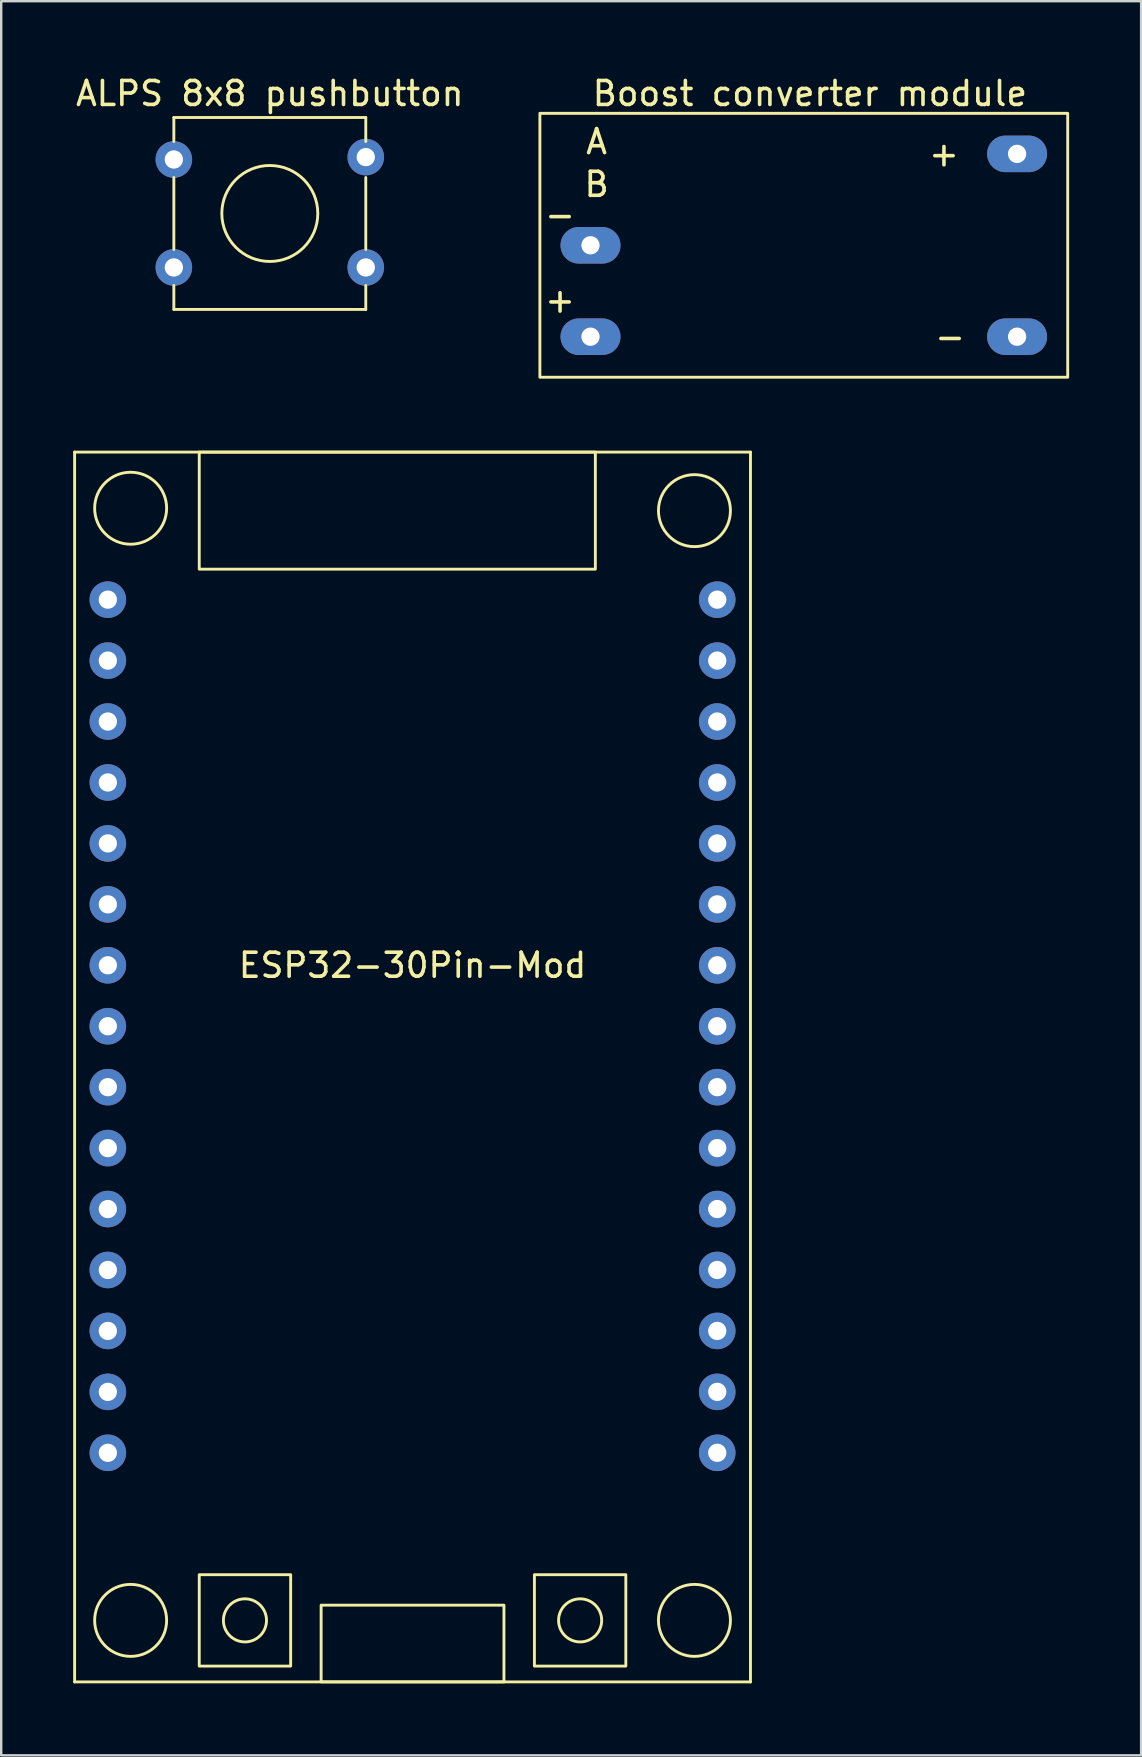
<source format=kicad_pcb>
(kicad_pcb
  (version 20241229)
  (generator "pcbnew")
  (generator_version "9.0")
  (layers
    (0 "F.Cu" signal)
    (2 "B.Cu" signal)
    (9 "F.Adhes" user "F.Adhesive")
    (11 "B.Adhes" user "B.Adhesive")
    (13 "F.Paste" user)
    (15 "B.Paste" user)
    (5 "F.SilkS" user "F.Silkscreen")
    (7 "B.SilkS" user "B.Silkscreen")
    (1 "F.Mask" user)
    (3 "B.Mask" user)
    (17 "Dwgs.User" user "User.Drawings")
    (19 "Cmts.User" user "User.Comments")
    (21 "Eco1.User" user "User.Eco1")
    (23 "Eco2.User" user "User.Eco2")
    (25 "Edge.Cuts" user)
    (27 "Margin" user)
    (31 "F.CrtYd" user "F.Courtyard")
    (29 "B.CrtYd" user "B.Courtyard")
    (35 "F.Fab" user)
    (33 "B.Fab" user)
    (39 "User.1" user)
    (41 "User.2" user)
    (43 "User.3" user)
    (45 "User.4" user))
  (footprint "Boost converter module"
    (layer "F.Cu")
    (at 30.453 7.174)
    (property "Reference" "Boost converter module" (at 0.254 -6.326 0) (unlocked yes) (layer "F.SilkS") (effects (font (size 1 1) (thickness 0.15))))
    (attr through_hole)
    (fp_rect (start -11 -5.5) (end 11 5.5) (stroke (width 0.12) (type solid)) (fill no) (layer "F.SilkS"))
    (fp_text user "B" (at -8.636 -2.54 0) (unlocked yes) (layer "F.SilkS") (effects (font (size 1 1) (thickness 0.15))))
    (fp_text user "-" (at -10.16 -1.27 0) (unlocked yes) (layer "F.SilkS") (effects (font (size 1 1) (thickness 0.15))))
    (fp_text user "A" (at -8.636 -4.318 0) (unlocked yes) (layer "F.SilkS") (effects (font (size 1 1) (thickness 0.15))))
    (fp_text user "+" (at 5.842 -3.81 0) (unlocked yes) (layer "F.SilkS") (effects (font (size 1 1) (thickness 0.15))))
    (fp_text user "-" (at 6.096 3.81 0) (unlocked yes) (layer "F.SilkS") (effects (font (size 1 1) (thickness 0.15))))
    (fp_text user "+" (at -10.16 2.286 0) (unlocked yes) (layer "F.SilkS") (effects (font (size 1 1) (thickness 0.15))))
    (pad "1" thru_hole oval (at -8.89 0) (size 2.5 1.524) (drill 0.762) (layers "*.Cu" "*.Mask"))
    (pad "2" thru_hole oval (at -8.89 3.81) (size 2.5 1.524) (drill 0.762) (layers "*.Cu" "*.Mask"))
    (pad "3" thru_hole oval (at 8.89 -3.81) (size 2.5 1.524) (drill 0.762) (layers "*.Cu" "*.Mask"))
    (pad "4" thru_hole oval (at 8.89 3.81) (size 2.5 1.524) (drill 0.762) (layers "*.Cu" "*.Mask")))
  (footprint "ESP32-30Pin-Mod"
    (layer "F.Cu")
    (at 14.145 39.724)
    (property "Reference" "ESP32-30Pin-Mod" (at 0 -2.54 0) (unlocked yes) (layer "F.SilkS") (effects (font (size 1 1) (thickness 0.15))))
    (attr through_hole)
    (fp_line (start -14.085 -23.93) (end -14.085 27.33) (stroke (width 0.12) (type solid)) (layer "F.SilkS"))
    (fp_line (start -14.085 27.33) (end 14.085 27.33) (stroke (width 0.12) (type solid)) (layer "F.SilkS"))
    (fp_line (start 14.085 -23.93) (end -14.085 -23.93) (stroke (width 0.12) (type solid)) (layer "F.SilkS"))
    (fp_line (start 14.085 -23.93) (end 14.085 27.33) (stroke (width 0.12) (type solid)) (layer "F.SilkS"))
    (fp_rect (start -8.89 -23.93) (end 7.62 -19.05) (stroke (width 0.12) (type solid)) (fill no) (layer "F.SilkS"))
    (fp_rect (start -8.89 22.86) (end -5.08 26.67) (stroke (width 0.12) (type solid)) (fill no) (layer "F.SilkS"))
    (fp_rect (start -3.81 27.33) (end 3.81 24.13) (stroke (width 0.12) (type solid)) (fill no) (layer "F.SilkS"))
    (fp_rect (start 5.08 22.86) (end 8.89 26.67) (stroke (width 0.12) (type solid)) (fill no) (layer "F.SilkS"))
    (fp_circle (center -11.75 -21.59) (end -10.25 -21.59) (stroke (width 0.12) (type solid)) (fill no) (layer "F.SilkS"))
    (fp_circle (center -11.75 24.765) (end -10.25 24.765) (stroke (width 0.12) (type solid)) (fill no) (layer "F.SilkS"))
    (fp_circle (center -6.985 24.765) (end -6.35 25.4) (stroke (width 0.12) (type solid)) (fill no) (layer "F.SilkS"))
    (fp_circle (center 6.985 24.765) (end 7.62 25.4) (stroke (width 0.12) (type solid)) (fill no) (layer "F.SilkS"))
    (fp_circle (center 11.75 -21.49) (end 13.25 -21.49) (stroke (width 0.12) (type solid)) (fill no) (layer "F.SilkS"))
    (fp_circle (center 11.75 24.765) (end 13.25 24.765) (stroke (width 0.12) (type solid)) (fill no) (layer "F.SilkS"))
    (pad "1" thru_hole circle (at -12.7 -17.78) (size 1.524 1.524) (drill 0.762) (layers "*.Cu" "*.Mask"))
    (pad "2" thru_hole circle (at -12.7 -15.24) (size 1.524 1.524) (drill 0.762) (layers "*.Cu" "*.Mask"))
    (pad "3" thru_hole circle (at -12.7 -12.7) (size 1.524 1.524) (drill 0.762) (layers "*.Cu" "*.Mask"))
    (pad "4" thru_hole circle (at -12.7 -10.16) (size 1.524 1.524) (drill 0.762) (layers "*.Cu" "*.Mask"))
    (pad "5" thru_hole circle (at -12.7 -7.62) (size 1.524 1.524) (drill 0.762) (layers "*.Cu" "*.Mask"))
    (pad "6" thru_hole circle (at -12.7 -5.08) (size 1.524 1.524) (drill 0.762) (layers "*.Cu" "*.Mask"))
    (pad "7" thru_hole circle (at -12.7 -2.54) (size 1.524 1.524) (drill 0.762) (layers "*.Cu" "*.Mask"))
    (pad "8" thru_hole circle (at -12.7 0) (size 1.524 1.524) (drill 0.762) (layers "*.Cu" "*.Mask"))
    (pad "9" thru_hole circle (at -12.7 2.54) (size 1.524 1.524) (drill 0.762) (layers "*.Cu" "*.Mask"))
    (pad "10" thru_hole circle (at -12.7 5.08) (size 1.524 1.524) (drill 0.762) (layers "*.Cu" "*.Mask"))
    (pad "11" thru_hole circle (at -12.7 7.62) (size 1.524 1.524) (drill 0.762) (layers "*.Cu" "*.Mask"))
    (pad "12" thru_hole circle (at -12.7 10.16) (size 1.524 1.524) (drill 0.762) (layers "*.Cu" "*.Mask"))
    (pad "13" thru_hole circle (at -12.7 12.7) (size 1.524 1.524) (drill 0.762) (layers "*.Cu" "*.Mask"))
    (pad "14" thru_hole circle (at -12.7 15.24) (size 1.524 1.524) (drill 0.762) (layers "*.Cu" "*.Mask"))
    (pad "15" thru_hole circle (at -12.7 17.78) (size 1.524 1.524) (drill 0.762) (layers "*.Cu" "*.Mask"))
    (pad "16" thru_hole circle (at 12.7 17.78) (size 1.524 1.524) (drill 0.762) (layers "*.Cu" "*.Mask"))
    (pad "17" thru_hole circle (at 12.7 15.24) (size 1.524 1.524) (drill 0.762) (layers "*.Cu" "*.Mask"))
    (pad "18" thru_hole circle (at 12.7 12.7) (size 1.524 1.524) (drill 0.762) (layers "*.Cu" "*.Mask"))
    (pad "19" thru_hole circle (at 12.7 10.16) (size 1.524 1.524) (drill 0.762) (layers "*.Cu" "*.Mask"))
    (pad "20" thru_hole circle (at 12.7 7.62) (size 1.524 1.524) (drill 0.762) (layers "*.Cu" "*.Mask"))
    (pad "21" thru_hole circle (at 12.7 5.08) (size 1.524 1.524) (drill 0.762) (layers "*.Cu" "*.Mask"))
    (pad "22" thru_hole circle (at 12.7 2.54) (size 1.524 1.524) (drill 0.762) (layers "*.Cu" "*.Mask"))
    (pad "23" thru_hole circle (at 12.7 0) (size 1.524 1.524) (drill 0.762) (layers "*.Cu" "*.Mask"))
    (pad "24" thru_hole circle (at 12.7 -2.54) (size 1.524 1.524) (drill 0.762) (layers "*.Cu" "*.Mask"))
    (pad "25" thru_hole circle (at 12.7 -5.08) (size 1.524 1.524) (drill 0.762) (layers "*.Cu" "*.Mask"))
    (pad "26" thru_hole circle (at 12.7 -7.62) (size 1.524 1.524) (drill 0.762) (layers "*.Cu" "*.Mask"))
    (pad "27" thru_hole circle (at 12.7 -10.16) (size 1.524 1.524) (drill 0.762) (layers "*.Cu" "*.Mask"))
    (pad "28" thru_hole circle (at 12.7 -12.7) (size 1.524 1.524) (drill 0.762) (layers "*.Cu" "*.Mask"))
    (pad "29" thru_hole circle (at 12.7 -15.24) (size 1.524 1.524) (drill 0.762) (layers "*.Cu" "*.Mask"))
    (pad "30" thru_hole circle (at 12.7 -17.78) (size 1.524 1.524) (drill 0.762) (layers "*.Cu" "*.Mask")))
  (footprint "ALPS 8x8 pushbutton"
    (layer "F.Cu")
    (at 8.196 5.848)
    (property "Reference" "ALPS 8x8 pushbutton" (at 0 -5 0) (unlocked yes) (layer "F.SilkS") (effects (font (size 1 1) (thickness 0.15))))
    (attr through_hole)
    (fp_line (start -4 -4) (end -4 -3) (stroke (width 0.12) (type solid)) (layer "F.SilkS"))
    (fp_line (start -4 -4) (end 4 -4) (stroke (width 0.12) (type solid)) (layer "F.SilkS"))
    (fp_line (start -4 -1.5) (end -4 1.5) (stroke (width 0.12) (type solid)) (layer "F.SilkS"))
    (fp_line (start -4 3) (end -4 4) (stroke (width 0.12) (type solid)) (layer "F.SilkS"))
    (fp_line (start 4 -4) (end 4 -3) (stroke (width 0.12) (type solid)) (layer "F.SilkS"))
    (fp_line (start 4 -1.5) (end 4 1.5) (stroke (width 0.12) (type solid)) (layer "F.SilkS"))
    (fp_line (start 4 3) (end 4 4) (stroke (width 0.12) (type solid)) (layer "F.SilkS"))
    (fp_line (start 4 4) (end -4 4) (stroke (width 0.12) (type solid)) (layer "F.SilkS"))
    (fp_circle (center 0 0) (end 2 0) (stroke (width 0.12) (type solid)) (fill no) (layer "F.SilkS"))
    (pad "1" thru_hole circle (at -4 -2.25) (size 1.524 1.524) (drill 0.762) (layers "*.Cu" "*.Mask"))
    (pad "2" thru_hole circle (at -4 2.25) (size 1.524 1.524) (drill 0.762) (layers "*.Cu" "*.Mask"))
    (pad "3" thru_hole circle (at 4 -2.35) (size 1.524 1.524) (drill 0.762) (layers "*.Cu" "*.Mask"))
    (pad "4" thru_hole circle (at 4 2.25) (size 1.524 1.524) (drill 0.762) (layers "*.Cu" "*.Mask")))
  (gr_rect
    (start -3 -3)
    (end 44.513 70.114)
    (stroke (width 0.1) (type default))
    (fill no)
    (layer "Edge.Cuts")))
</source>
